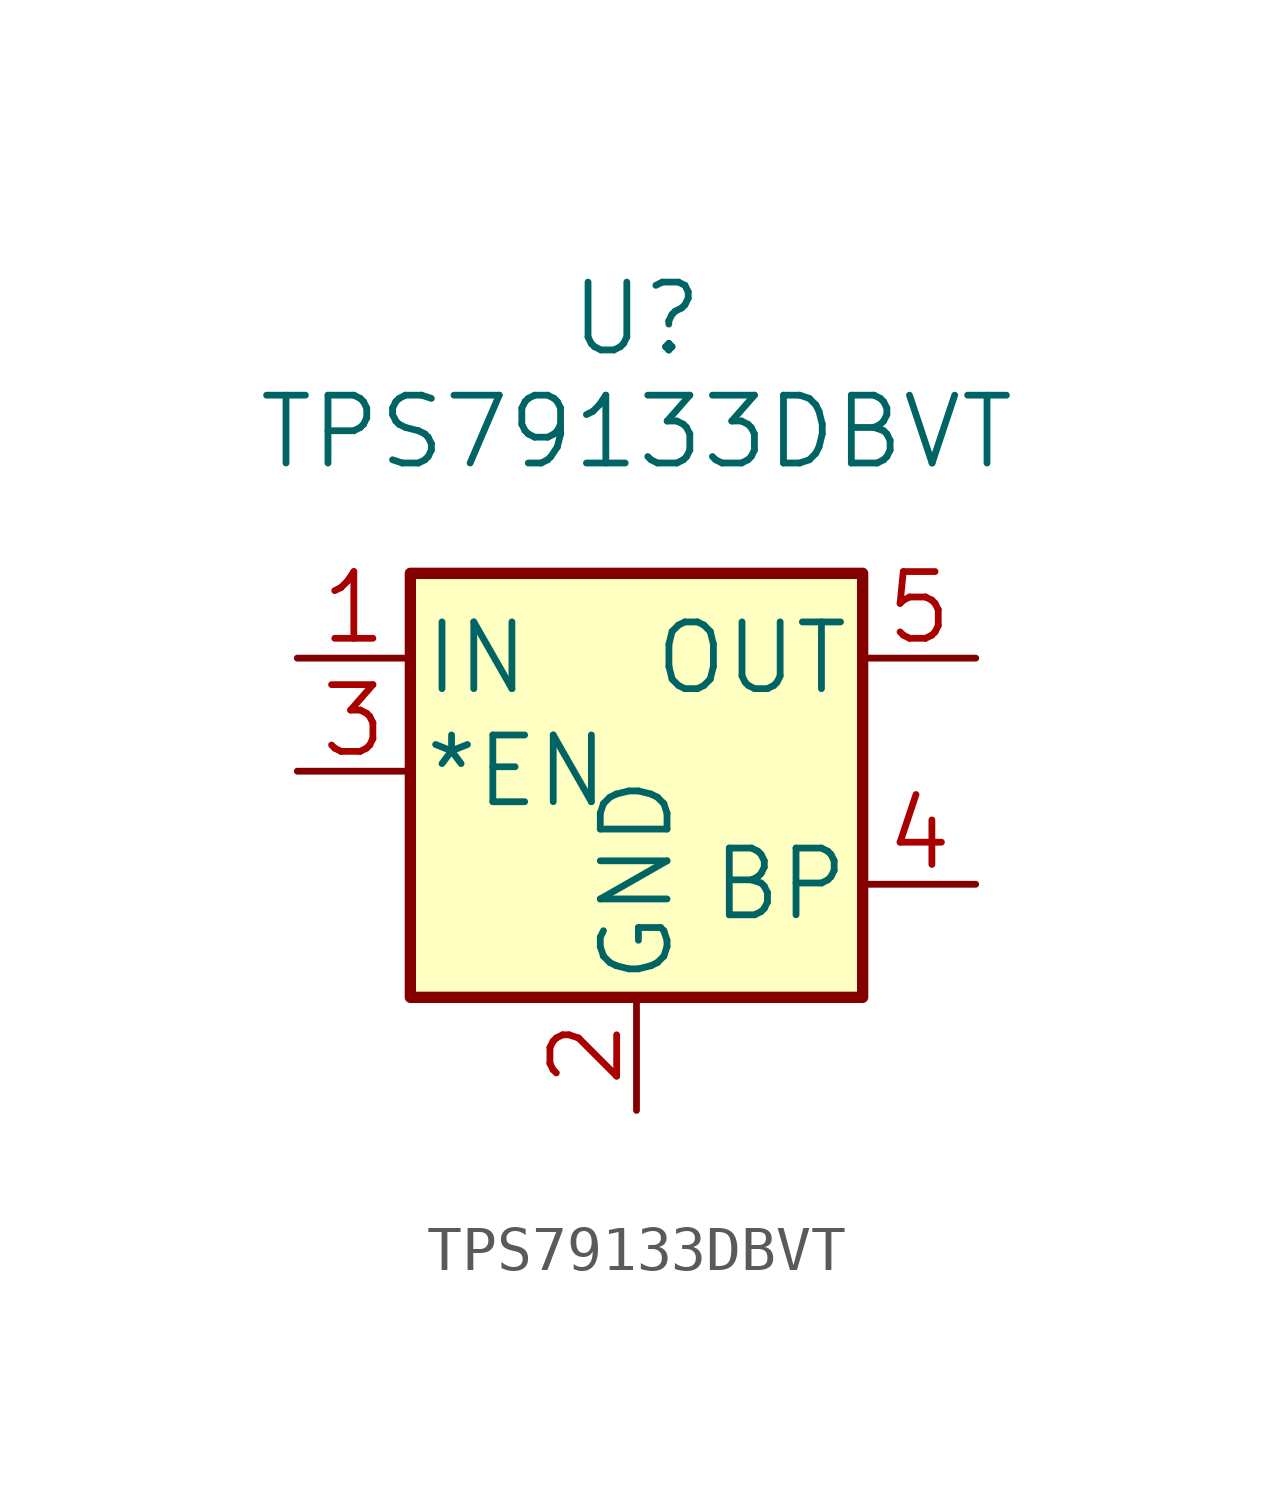
<source format=kicad_sym>
(kicad_symbol_lib
  (version 20211014)
  (generator kicad_symbol_editor)
  (symbol "TPS79133DBVT"
    (pin_names
      (offset 0.254))
    (property "Reference" "U"
      (at 7.62 7.62 0)
      (effects (font (size 1.524 1.524))))
    (property "Value" "TPS79133DBVT"
      (at 7.62 5.08 0)
      (effects (font (size 1.524 1.524))))
    (symbol "TPS79133DBVT_1_1"
      (rectangle (start 12.7 -7.62) (end 2.54 1.905) (stroke (width 0.254) (type default) (color 0 0 0 0)) (fill (type background)))
      (pin power_in line (at 0 0 0) (length 2.54) (name "IN" (effects (font (size 1.499 1.499)))) (number "1" (effects (font (size 1.499 1.499)))))
      (pin power_in line (at 7.62 -10.16 90) (length 2.54) (name "GND" (effects (font (size 1.499 1.499)))) (number "2" (effects (font (size 1.499 1.499)))))
      (pin input line (at 0 -2.54 0) (length 2.54) (name "*EN" (effects (font (size 1.499 1.499)))) (number "3" (effects (font (size 1.499 1.499)))))
      (pin passive line (at 15.24 -5.08 180) (length 2.54) (name "BP" (effects (font (size 1.499 1.499)))) (number "4" (effects (font (size 1.499 1.499)))))
      (pin power_out line (at 15.24 0 180) (length 2.54) (name "OUT" (effects (font (size 1.499 1.499)))) (number "5" (effects (font (size 1.499 1.499))))))))
</source>
